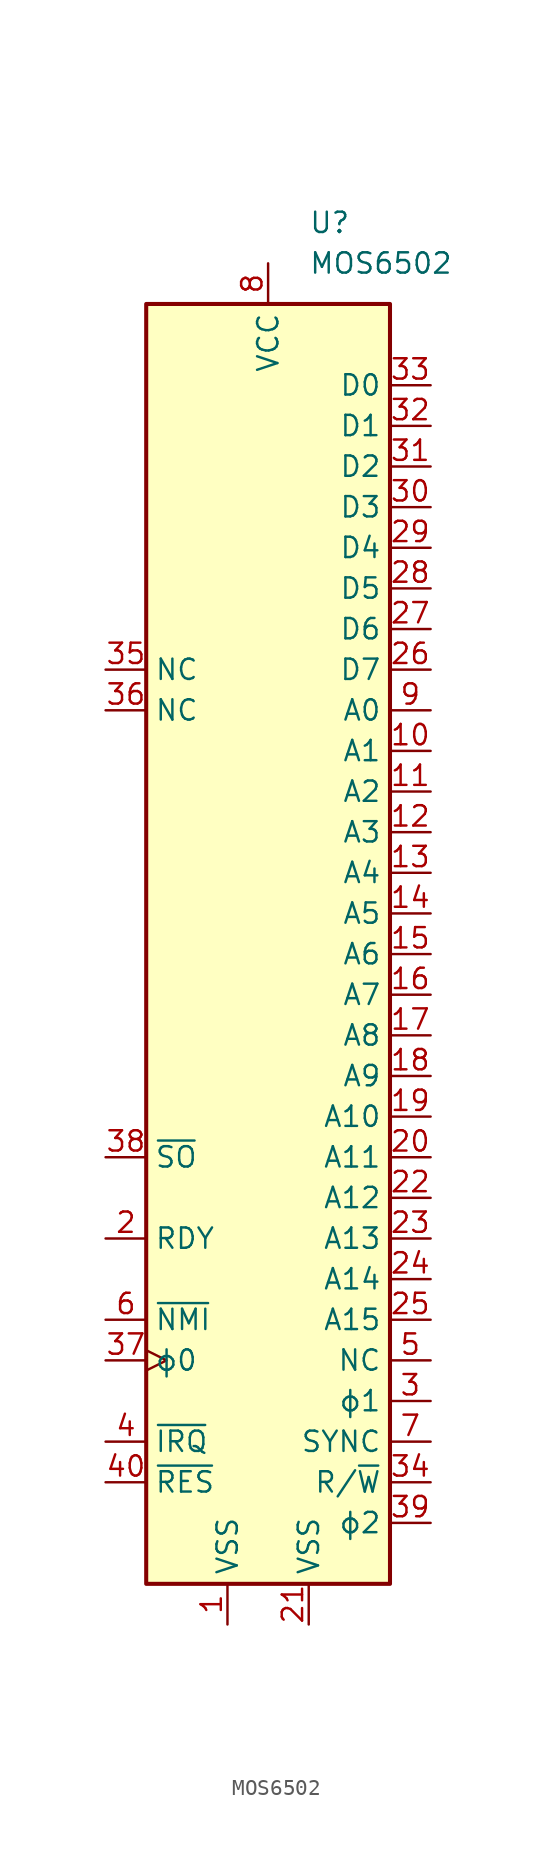
<source format=kicad_sym>
(kicad_symbol_lib
  (version 20220914)
  (generator kicad_symbol_editor)
  (symbol "MOS6502"
    (property "Reference" "U"
      (at 2.54 40.64 0)
      (effects (font (size 1.27 1.27)) (justify left)))
    (property "Value" "MOS6502"
      (at 2.54 38.1 0)
      (effects (font (size 1.27 1.27)) (justify left)))
    (symbol "MOS6502_0_1"
      (rectangle (start -7.62 35.56) (end 7.62 -44.45) (stroke (width 0.254) (type default)) (fill (type background))))
    (symbol "MOS6502_1_1"
      (pin power_in line (at -2.54 -46.99 90) (length 2.54) (name "VSS" (effects (font (size 1.27 1.27)))) (number "1" (effects (font (size 1.27 1.27)))))
      (pin output line (at 10.16 7.62 180) (length 2.54) (name "A1" (effects (font (size 1.27 1.27)))) (number "10" (effects (font (size 1.27 1.27)))))
      (pin output line (at 10.16 5.08 180) (length 2.54) (name "A2" (effects (font (size 1.27 1.27)))) (number "11" (effects (font (size 1.27 1.27)))))
      (pin output line (at 10.16 2.54 180) (length 2.54) (name "A3" (effects (font (size 1.27 1.27)))) (number "12" (effects (font (size 1.27 1.27)))))
      (pin output line (at 10.16 0 180) (length 2.54) (name "A4" (effects (font (size 1.27 1.27)))) (number "13" (effects (font (size 1.27 1.27)))))
      (pin output line (at 10.16 -2.54 180) (length 2.54) (name "A5" (effects (font (size 1.27 1.27)))) (number "14" (effects (font (size 1.27 1.27)))))
      (pin output line (at 10.16 -5.08 180) (length 2.54) (name "A6" (effects (font (size 1.27 1.27)))) (number "15" (effects (font (size 1.27 1.27)))))
      (pin output line (at 10.16 -7.62 180) (length 2.54) (name "A7" (effects (font (size 1.27 1.27)))) (number "16" (effects (font (size 1.27 1.27)))))
      (pin output line (at 10.16 -10.16 180) (length 2.54) (name "A8" (effects (font (size 1.27 1.27)))) (number "17" (effects (font (size 1.27 1.27)))))
      (pin output line (at 10.16 -12.7 180) (length 2.54) (name "A9" (effects (font (size 1.27 1.27)))) (number "18" (effects (font (size 1.27 1.27)))))
      (pin output line (at 10.16 -15.24 180) (length 2.54) (name "A10" (effects (font (size 1.27 1.27)))) (number "19" (effects (font (size 1.27 1.27)))))
      (pin input line (at -10.16 -22.86 0) (length 2.54) (name "RDY" (effects (font (size 1.27 1.27)))) (number "2" (effects (font (size 1.27 1.27)))))
      (pin output line (at 10.16 -17.78 180) (length 2.54) (name "A11" (effects (font (size 1.27 1.27)))) (number "20" (effects (font (size 1.27 1.27)))))
      (pin power_in line (at 2.54 -46.99 90) (length 2.54) (name "VSS" (effects (font (size 1.27 1.27)))) (number "21" (effects (font (size 1.27 1.27)))))
      (pin output line (at 10.16 -20.32 180) (length 2.54) (name "A12" (effects (font (size 1.27 1.27)))) (number "22" (effects (font (size 1.27 1.27)))))
      (pin output line (at 10.16 -22.86 180) (length 2.54) (name "A13" (effects (font (size 1.27 1.27)))) (number "23" (effects (font (size 1.27 1.27)))))
      (pin output line (at 10.16 -25.4 180) (length 2.54) (name "A14" (effects (font (size 1.27 1.27)))) (number "24" (effects (font (size 1.27 1.27)))))
      (pin output line (at 10.16 -27.94 180) (length 2.54) (name "A15" (effects (font (size 1.27 1.27)))) (number "25" (effects (font (size 1.27 1.27)))))
      (pin bidirectional line (at 10.16 12.7 180) (length 2.54) (name "D7" (effects (font (size 1.27 1.27)))) (number "26" (effects (font (size 1.27 1.27)))))
      (pin bidirectional line (at 10.16 15.24 180) (length 2.54) (name "D6" (effects (font (size 1.27 1.27)))) (number "27" (effects (font (size 1.27 1.27)))))
      (pin bidirectional line (at 10.16 17.78 180) (length 2.54) (name "D5" (effects (font (size 1.27 1.27)))) (number "28" (effects (font (size 1.27 1.27)))))
      (pin bidirectional line (at 10.16 20.32 180) (length 2.54) (name "D4" (effects (font (size 1.27 1.27)))) (number "29" (effects (font (size 1.27 1.27)))))
      (pin output line (at 10.16 -33.02 180) (length 2.54) (name "ϕ1" (effects (font (size 1.27 1.27)))) (number "3" (effects (font (size 1.27 1.27)))))
      (pin bidirectional line (at 10.16 22.86 180) (length 2.54) (name "D3" (effects (font (size 1.27 1.27)))) (number "30" (effects (font (size 1.27 1.27)))))
      (pin bidirectional line (at 10.16 25.4 180) (length 2.54) (name "D2" (effects (font (size 1.27 1.27)))) (number "31" (effects (font (size 1.27 1.27)))))
      (pin bidirectional line (at 10.16 27.94 180) (length 2.54) (name "D1" (effects (font (size 1.27 1.27)))) (number "32" (effects (font (size 1.27 1.27)))))
      (pin bidirectional line (at 10.16 30.48 180) (length 2.54) (name "D0" (effects (font (size 1.27 1.27)))) (number "33" (effects (font (size 1.27 1.27)))))
      (pin output line (at 10.16 -38.1 180) (length 2.54) (name "R/~{W}" (effects (font (size 1.27 1.27)))) (number "34" (effects (font (size 1.27 1.27)))))
      (pin input line (at -10.16 12.7 0) (length 2.54) (name "NC" (effects (font (size 1.27 1.27)))) (number "35" (effects (font (size 1.27 1.27)))))
      (pin input line (at -10.16 10.16 0) (length 2.54) (name "NC" (effects (font (size 1.27 1.27)))) (number "36" (effects (font (size 1.27 1.27)))))
      (pin input clock (at -10.16 -30.48 0) (length 2.54) (name "ϕ0" (effects (font (size 1.27 1.27)))) (number "37" (effects (font (size 1.27 1.27)))))
      (pin input line (at -10.16 -17.78 0) (length 2.54) (name "~{SO}" (effects (font (size 1.27 1.27)))) (number "38" (effects (font (size 1.27 1.27)))))
      (pin output line (at 10.16 -40.64 180) (length 2.54) (name "ϕ2" (effects (font (size 1.27 1.27)))) (number "39" (effects (font (size 1.27 1.27)))))
      (pin input line (at -10.16 -35.56 0) (length 2.54) (name "~{IRQ}" (effects (font (size 1.27 1.27)))) (number "4" (effects (font (size 1.27 1.27)))))
      (pin input line (at -10.16 -38.1 0) (length 2.54) (name "~{RES}" (effects (font (size 1.27 1.27)))) (number "40" (effects (font (size 1.27 1.27)))))
      (pin output line (at 10.16 -30.48 180) (length 2.54) (name "NC" (effects (font (size 1.27 1.27)))) (number "5" (effects (font (size 1.27 1.27)))))
      (pin input line (at -10.16 -27.94 0) (length 2.54) (name "~{NMI}" (effects (font (size 1.27 1.27)))) (number "6" (effects (font (size 1.27 1.27)))))
      (pin output line (at 10.16 -35.56 180) (length 2.54) (name "SYNC" (effects (font (size 1.27 1.27)))) (number "7" (effects (font (size 1.27 1.27)))))
      (pin power_in line (at 0 38.1 270) (length 2.54) (name "VCC" (effects (font (size 1.27 1.27)))) (number "8" (effects (font (size 1.27 1.27)))))
      (pin output line (at 10.16 10.16 180) (length 2.54) (name "A0" (effects (font (size 1.27 1.27)))) (number "9" (effects (font (size 1.27 1.27))))))))
</source>
